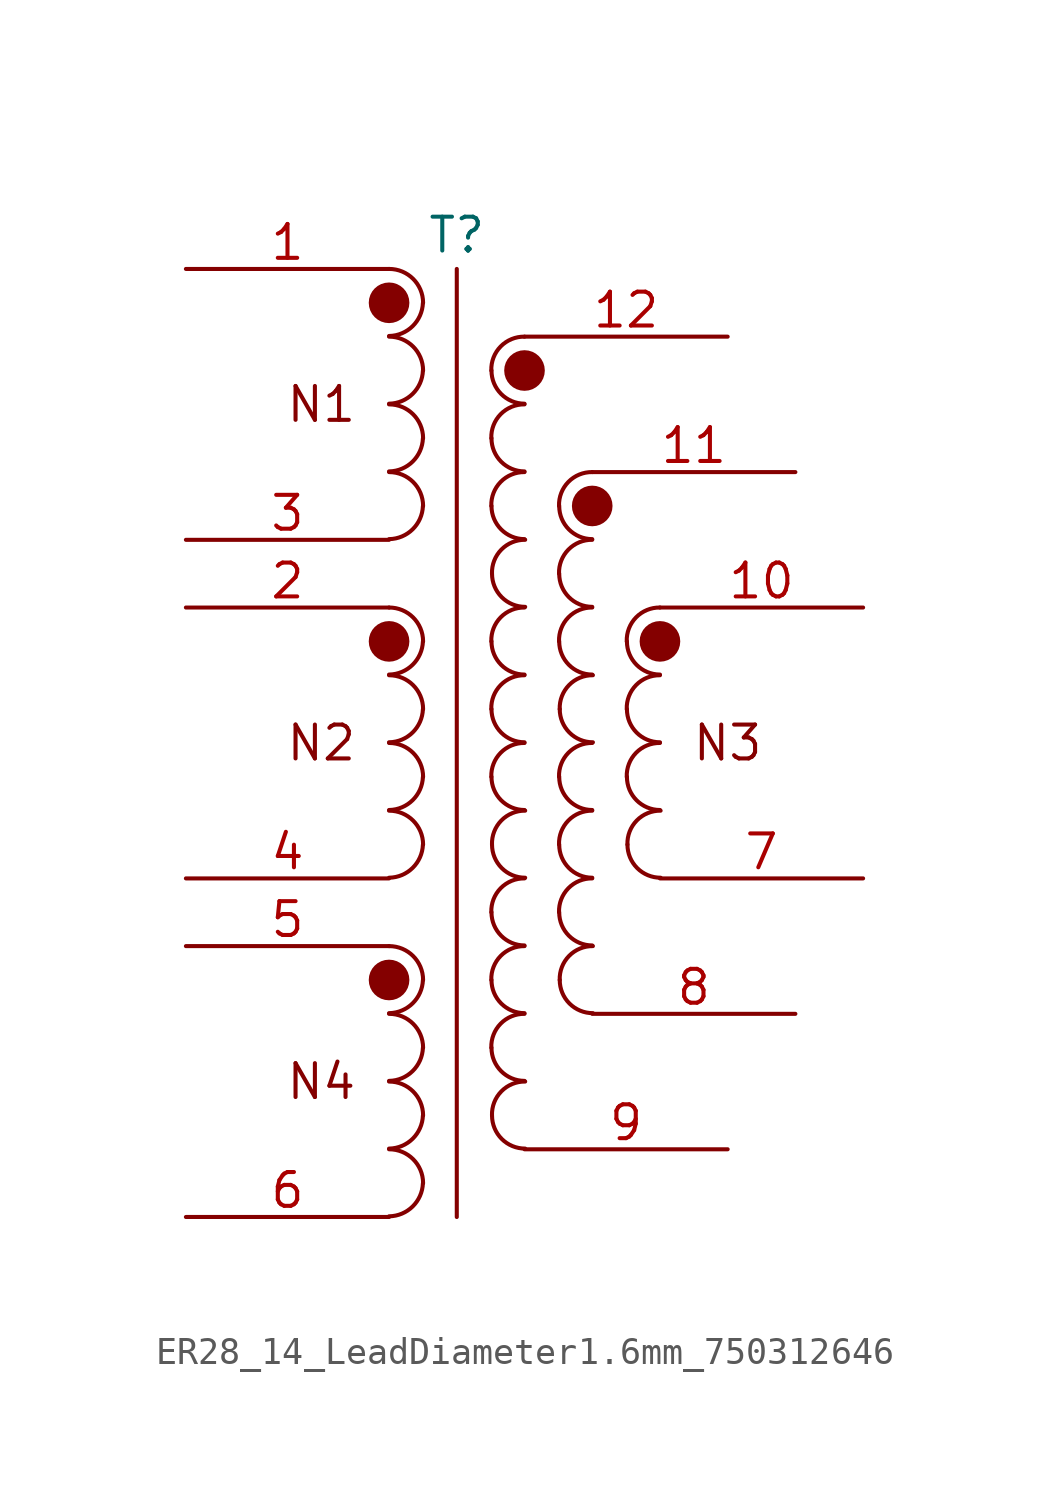
<source format=kicad_sym>
(kicad_symbol_lib
  (version 20220914)
  (generator kicad_symbol_editor)
  (symbol "ER28_14_LeadDiameter1.6mm_750312646"
    (pin_names hide)
    (property "Reference" "T"
      (at 0 19.05 0)
      (effects (font (size 1.27 1.27))))
    (symbol "ER28_14_LeadDiameter1.6mm_750312646_0_1"
      (arc (start -2.54 -17.7546) (mid -1.6561 -17.3863) (end -1.27 -16.51) (stroke (width 0) (type default)) (fill (type none)))
      (arc (start -2.54 -15.2146) (mid -1.6561 -14.8463) (end -1.27 -13.97) (stroke (width 0) (type default)) (fill (type none)))
      (arc (start -2.54 -12.6746) (mid -1.6561 -12.3063) (end -1.27 -11.43) (stroke (width 0) (type default)) (fill (type none)))
      (arc (start -2.54 -10.1346) (mid -1.6561 -9.7663) (end -1.27 -8.89) (stroke (width 0) (type default)) (fill (type none)))
      (arc (start -2.54 -5.0546) (mid -1.6599 -4.6901) (end -1.27 -3.81) (stroke (width 0) (type default)) (fill (type none)))
      (arc (start -2.54 -2.5146) (mid -1.6599 -2.1501) (end -1.27 -1.27) (stroke (width 0) (type default)) (fill (type none)))
      (arc (start -2.54 0.0254) (mid -1.6599 0.3899) (end -1.27 1.27) (stroke (width 0) (type default)) (fill (type none)))
      (arc (start -2.54 2.5654) (mid -1.6599 2.9299) (end -1.27 3.81) (stroke (width 0) (type default)) (fill (type none)))
      (arc (start -2.54 7.6454) (mid -1.6561 8.0137) (end -1.27 8.89) (stroke (width 0) (type default)) (fill (type none)))
      (arc (start -2.54 10.1854) (mid -1.6561 10.5537) (end -1.27 11.43) (stroke (width 0) (type default)) (fill (type none)))
      (arc (start -2.54 12.7254) (mid -1.6561 13.0937) (end -1.27 13.97) (stroke (width 0) (type default)) (fill (type none)))
      (arc (start -2.54 15.2654) (mid -1.6561 15.6337) (end -1.27 16.51) (stroke (width 0) (type default)) (fill (type none)))
      (arc (start -1.27 -16.51) (mid -1.642 -15.612) (end -2.54 -15.24) (stroke (width 0) (type default)) (fill (type none)))
      (arc (start -1.27 -13.97) (mid -1.642 -13.072) (end -2.54 -12.7) (stroke (width 0) (type default)) (fill (type none)))
      (arc (start -1.27 -11.43) (mid -1.642 -10.532) (end -2.54 -10.16) (stroke (width 0) (type default)) (fill (type none)))
      (arc (start -1.27 -8.89) (mid -1.642 -7.992) (end -2.54 -7.62) (stroke (width 0) (type default)) (fill (type none)))
      (arc (start -1.27 -3.81) (mid -1.642 -2.912) (end -2.54 -2.54) (stroke (width 0) (type default)) (fill (type none)))
      (arc (start -1.27 -1.27) (mid -1.642 -0.372) (end -2.54 0) (stroke (width 0) (type default)) (fill (type none)))
      (arc (start -1.27 1.27) (mid -1.642 2.168) (end -2.54 2.54) (stroke (width 0) (type default)) (fill (type none)))
      (arc (start -1.27 3.81) (mid -1.642 4.708) (end -2.54 5.08) (stroke (width 0) (type default)) (fill (type none)))
      (arc (start -1.27 8.89) (mid -1.642 9.788) (end -2.54 10.16) (stroke (width 0) (type default)) (fill (type none)))
      (arc (start -1.27 11.43) (mid -1.642 12.328) (end -2.54 12.7) (stroke (width 0) (type default)) (fill (type none)))
      (arc (start -1.27 13.97) (mid -1.642 14.868) (end -2.54 15.24) (stroke (width 0) (type default)) (fill (type none)))
      (arc (start -1.27 16.51) (mid -1.642 17.408) (end -2.54 17.78) (stroke (width 0) (type default)) (fill (type none)))
      (polyline (pts (xy 0 17.78) (xy 0 -17.78)) (stroke (width 0) (type default)) (fill (type none)))
      (arc (start 1.2954 -11.43) (mid 1.6599 -12.3101) (end 2.54 -12.6746) (stroke (width 0) (type default)) (fill (type none)))
      (arc (start 1.2954 -8.89) (mid 1.6599 -9.7701) (end 2.54 -10.1346) (stroke (width 0) (type default)) (fill (type none)))
      (arc (start 1.2954 -6.35) (mid 1.6599 -7.2301) (end 2.54 -7.5946) (stroke (width 0) (type default)) (fill (type none)))
      (arc (start 1.2954 -1.27) (mid 1.6599 -2.1501) (end 2.54 -2.5146) (stroke (width 0) (type default)) (fill (type none)))
      (arc (start 1.2954 1.27) (mid 1.6599 0.3899) (end 2.54 0.0254) (stroke (width 0) (type default)) (fill (type none)))
      (arc (start 1.2954 3.81) (mid 1.6599 2.9299) (end 2.54 2.5654) (stroke (width 0) (type default)) (fill (type none)))
      (arc (start 1.2954 8.89) (mid 1.6599 8.0099) (end 2.54 7.6454) (stroke (width 0) (type default)) (fill (type none)))
      (arc (start 1.2954 11.43) (mid 1.6599 10.5499) (end 2.54 10.1854) (stroke (width 0) (type default)) (fill (type none)))
      (arc (start 1.2954 13.97) (mid 1.6599 13.0899) (end 2.54 12.7254) (stroke (width 0) (type default)) (fill (type none)))
      (arc (start 1.3208 -13.97) (mid 1.6853 -14.8503) (end 2.5654 -15.2146) (stroke (width 0) (type default)) (fill (type none)))
      (arc (start 1.3208 -3.81) (mid 1.6853 -4.6903) (end 2.5654 -5.0546) (stroke (width 0) (type default)) (fill (type none)))
      (arc (start 1.3208 6.35) (mid 1.6853 5.4697) (end 2.5654 5.1054) (stroke (width 0) (type default)) (fill (type none)))
      (arc (start 2.54 -10.16) (mid 1.6458 -10.5285) (end 1.2954 -11.43) (stroke (width 0) (type default)) (fill (type none)))
      (arc (start 2.54 -7.62) (mid 1.6458 -7.9885) (end 1.2954 -8.89) (stroke (width 0) (type default)) (fill (type none)))
      (arc (start 2.54 -5.08) (mid 1.6458 -5.4485) (end 1.2954 -6.35) (stroke (width 0) (type default)) (fill (type none)))
      (arc (start 2.54 0) (mid 1.6458 -0.3685) (end 1.2954 -1.27) (stroke (width 0) (type default)) (fill (type none)))
      (arc (start 2.54 2.54) (mid 1.6458 2.1715) (end 1.2954 1.27) (stroke (width 0) (type default)) (fill (type none)))
      (arc (start 2.54 5.08) (mid 1.6458 4.7115) (end 1.2954 3.81) (stroke (width 0) (type default)) (fill (type none)))
      (arc (start 2.54 10.16) (mid 1.6458 9.7915) (end 1.2954 8.89) (stroke (width 0) (type default)) (fill (type none)))
      (arc (start 2.54 12.7) (mid 1.6458 12.3315) (end 1.2954 11.43) (stroke (width 0) (type default)) (fill (type none)))
      (arc (start 2.54 15.24) (mid 1.6458 14.8715) (end 1.2954 13.97) (stroke (width 0) (type default)) (fill (type none)))
      (arc (start 2.5654 -12.7) (mid 1.6709 -13.0683) (end 1.3208 -13.97) (stroke (width 0) (type default)) (fill (type none)))
      (arc (start 2.5654 -2.54) (mid 1.6709 -2.9083) (end 1.3208 -3.81) (stroke (width 0) (type default)) (fill (type none)))
      (arc (start 2.5654 7.62) (mid 1.6709 7.2517) (end 1.3208 6.35) (stroke (width 0) (type default)) (fill (type none)))
      (arc (start 3.8354 -6.35) (mid 4.1999 -7.2301) (end 5.08 -7.5946) (stroke (width 0) (type default)) (fill (type none)))
      (arc (start 3.8354 -3.81) (mid 4.1999 -4.6901) (end 5.08 -5.0546) (stroke (width 0) (type default)) (fill (type none)))
      (arc (start 3.8354 -1.27) (mid 4.1999 -2.1501) (end 5.08 -2.5146) (stroke (width 0) (type default)) (fill (type none)))
      (arc (start 3.8354 3.81) (mid 4.1999 2.9299) (end 5.08 2.5654) (stroke (width 0) (type default)) (fill (type none)))
      (arc (start 3.8354 6.35) (mid 4.1999 5.4699) (end 5.08 5.1054) (stroke (width 0) (type default)) (fill (type none)))
      (arc (start 3.8354 8.89) (mid 4.1999 8.0099) (end 5.08 7.6454) (stroke (width 0) (type default)) (fill (type none)))
      (arc (start 3.8608 -8.89) (mid 4.2253 -9.7703) (end 5.1054 -10.1346) (stroke (width 0) (type default)) (fill (type none)))
      (arc (start 3.8608 1.27) (mid 4.2253 0.3897) (end 5.1054 0.0254) (stroke (width 0) (type default)) (fill (type none)))
      (arc (start 5.08 -5.08) (mid 4.1858 -5.4485) (end 3.8354 -6.35) (stroke (width 0) (type default)) (fill (type none)))
      (arc (start 5.08 -2.54) (mid 4.1858 -2.9085) (end 3.8354 -3.81) (stroke (width 0) (type default)) (fill (type none)))
      (arc (start 5.08 0) (mid 4.1858 -0.3685) (end 3.8354 -1.27) (stroke (width 0) (type default)) (fill (type none)))
      (arc (start 5.08 5.08) (mid 4.1858 4.7115) (end 3.8354 3.81) (stroke (width 0) (type default)) (fill (type none)))
      (arc (start 5.08 7.62) (mid 4.1858 7.2515) (end 3.8354 6.35) (stroke (width 0) (type default)) (fill (type none)))
      (arc (start 5.08 10.16) (mid 4.1858 9.7915) (end 3.8354 8.89) (stroke (width 0) (type default)) (fill (type none)))
      (arc (start 5.1054 -7.62) (mid 4.2109 -7.9883) (end 3.8608 -8.89) (stroke (width 0) (type default)) (fill (type none)))
      (arc (start 5.1054 2.54) (mid 4.2109 2.1717) (end 3.8608 1.27) (stroke (width 0) (type default)) (fill (type none)))
      (arc (start 6.3754 -1.27) (mid 6.7399 -2.1501) (end 7.62 -2.5146) (stroke (width 0) (type default)) (fill (type none)))
      (arc (start 6.3754 1.27) (mid 6.7399 0.3899) (end 7.62 0.0254) (stroke (width 0) (type default)) (fill (type none)))
      (arc (start 6.3754 3.81) (mid 6.7399 2.9299) (end 7.62 2.5654) (stroke (width 0) (type default)) (fill (type none)))
      (arc (start 6.4008 -3.81) (mid 6.7654 -4.6899) (end 7.6454 -5.0546) (stroke (width 0) (type default)) (fill (type none)))
      (arc (start 7.62 0) (mid 6.7258 -0.3685) (end 6.3754 -1.27) (stroke (width 0) (type default)) (fill (type none)))
      (arc (start 7.62 2.54) (mid 6.7258 2.1715) (end 6.3754 1.27) (stroke (width 0) (type default)) (fill (type none)))
      (arc (start 7.62 5.08) (mid 6.7258 4.7115) (end 6.3754 3.81) (stroke (width 0) (type default)) (fill (type none)))
      (arc (start 7.6454 -2.54) (mid 6.7509 -2.9083) (end 6.4008 -3.81) (stroke (width 0) (type default)) (fill (type none))))
    (symbol "ER28_14_LeadDiameter1.6mm_750312646_1_1"
      (circle (center -2.54 -8.89) (radius 0.0001) (stroke (width 0.762) (type default)) (fill (type none)))
      (circle (center -2.54 3.81) (radius 0.0001) (stroke (width 0.762) (type default)) (fill (type none)))
      (circle (center -2.54 16.51) (radius 0.0001) (stroke (width 0.762) (type default)) (fill (type none)))
      (circle (center 2.54 13.97) (radius 0.0001) (stroke (width 0.762) (type default)) (fill (type none)))
      (circle (center 5.08 8.89) (radius 0.0001) (stroke (width 0.762) (type default)) (fill (type none)))
      (circle (center 7.62 3.81) (radius 0.0001) (stroke (width 0.762) (type default)) (fill (type none)))
      (text "N1" (at -5.08 12.7 0) (effects (font (size 1.27 1.27))))
      (text "N2" (at -5.08 0 0) (effects (font (size 1.27 1.27))))
      (text "N3" (at 10.16 0 0) (effects (font (size 1.27 1.27))))
      (text "N4" (at -5.08 -12.7 0) (effects (font (size 1.27 1.27))))
      (pin passive line (at -10.16 17.78 0) (length 7.62) (name "1" (effects (font (size 1.27 1.27)))) (number "1" (effects (font (size 1.27 1.27)))))
      (pin passive line (at 15.24 5.08 180) (length 7.62) (name "10" (effects (font (size 1.27 1.27)))) (number "10" (effects (font (size 1.27 1.27)))))
      (pin passive line (at 12.7 10.16 180) (length 7.62) (name "11" (effects (font (size 1.27 1.27)))) (number "11" (effects (font (size 1.27 1.27)))))
      (pin passive line (at 10.16 15.24 180) (length 7.62) (name "12" (effects (font (size 1.27 1.27)))) (number "12" (effects (font (size 1.27 1.27)))))
      (pin passive line (at -10.16 5.08 0) (length 7.62) (name "2" (effects (font (size 1.27 1.27)))) (number "2" (effects (font (size 1.27 1.27)))))
      (pin passive line (at -10.16 7.62 0) (length 7.62) (name "3" (effects (font (size 1.27 1.27)))) (number "3" (effects (font (size 1.27 1.27)))))
      (pin passive line (at -10.16 -5.08 0) (length 7.62) (name "4" (effects (font (size 1.27 1.27)))) (number "4" (effects (font (size 1.27 1.27)))))
      (pin passive line (at -10.16 -7.62 0) (length 7.62) (name "5" (effects (font (size 1.27 1.27)))) (number "5" (effects (font (size 1.27 1.27)))))
      (pin passive line (at -10.16 -17.78 0) (length 7.62) (name "6" (effects (font (size 1.27 1.27)))) (number "6" (effects (font (size 1.27 1.27)))))
      (pin passive line (at 15.24 -5.08 180) (length 7.62) (name "7" (effects (font (size 1.27 1.27)))) (number "7" (effects (font (size 1.27 1.27)))))
      (pin passive line (at 12.7 -10.16 180) (length 7.62) (name "8" (effects (font (size 1.27 1.27)))) (number "8" (effects (font (size 1.27 1.27)))))
      (pin passive line (at 10.16 -15.24 180) (length 7.62) (name "9" (effects (font (size 1.27 1.27)))) (number "9" (effects (font (size 1.27 1.27))))))))
</source>
